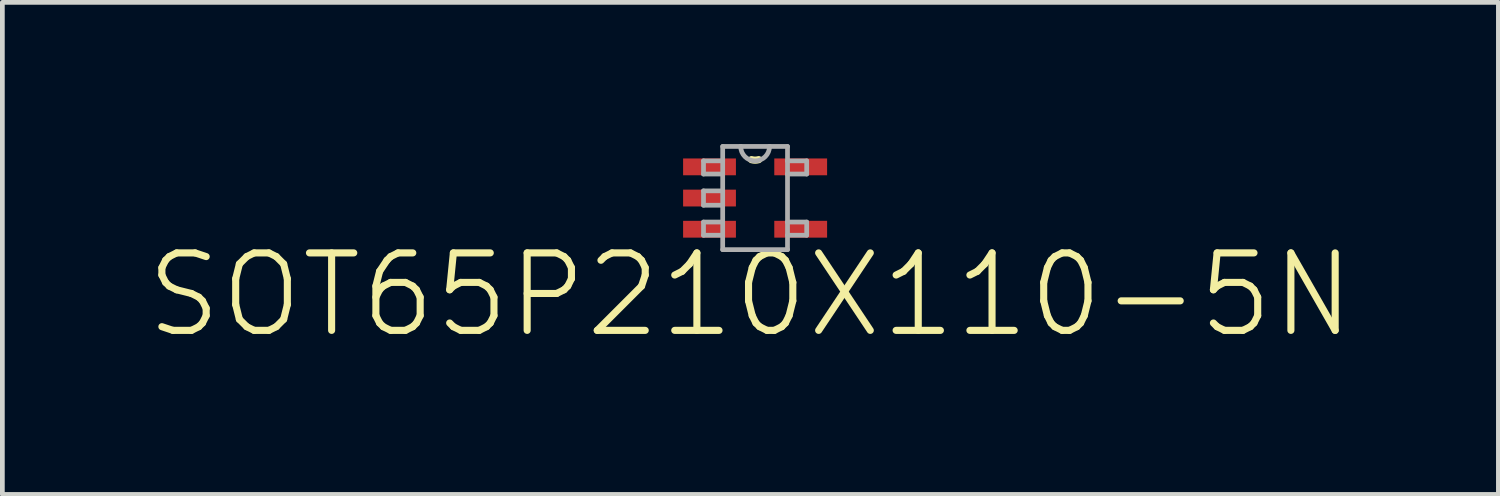
<source format=kicad_pcb>
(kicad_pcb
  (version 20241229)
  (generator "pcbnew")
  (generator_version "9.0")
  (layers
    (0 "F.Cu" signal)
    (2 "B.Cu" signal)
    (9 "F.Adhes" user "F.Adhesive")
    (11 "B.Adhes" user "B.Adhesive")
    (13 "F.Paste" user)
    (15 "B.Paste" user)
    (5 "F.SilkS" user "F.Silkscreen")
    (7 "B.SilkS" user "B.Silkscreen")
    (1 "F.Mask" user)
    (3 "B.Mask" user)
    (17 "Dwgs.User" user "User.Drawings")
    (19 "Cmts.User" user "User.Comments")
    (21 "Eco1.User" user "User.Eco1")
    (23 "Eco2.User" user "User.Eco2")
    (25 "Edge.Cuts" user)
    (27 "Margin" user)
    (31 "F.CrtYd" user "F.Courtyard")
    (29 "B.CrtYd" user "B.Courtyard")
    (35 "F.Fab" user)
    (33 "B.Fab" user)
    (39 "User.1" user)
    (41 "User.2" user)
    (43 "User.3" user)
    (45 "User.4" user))
  (footprint "SOT65P210X110-5N"
    (layer "F.Cu")
    (at 12.933 1.142)
    (property "Reference" "SOT65P210X110-5N" (at -0.1 2.05 0) (layer "F.SilkS") (effects (font (size 1.64 1.64) (thickness 0.15))))
    (attr smd)
    (fp_arc (start 0.0762 -0.8128) (mid 0 -0.801752) (end -0.0762 -0.8128) (stroke (width 0.1524) (type solid)) (layer "F.SilkS"))
    (fp_line (start -1.092 -0.787) (end -1.092 -0.508) (stroke (width 0.1) (type solid)) (layer "F.Fab"))
    (fp_line (start -1.092 -0.508) (end -0.686 -0.508) (stroke (width 0.1) (type solid)) (layer "F.Fab"))
    (fp_line (start -1.092 -0.152) (end -1.092 0.152) (stroke (width 0.1) (type solid)) (layer "F.Fab"))
    (fp_line (start -1.092 0.152) (end -0.686 0.152) (stroke (width 0.1) (type solid)) (layer "F.Fab"))
    (fp_line (start -1.092 0.508) (end -1.092 0.787) (stroke (width 0.1) (type solid)) (layer "F.Fab"))
    (fp_line (start -1.092 0.787) (end -0.686 0.787) (stroke (width 0.1) (type solid)) (layer "F.Fab"))
    (fp_line (start -0.686 -1.092) (end -0.686 -0.787) (stroke (width 0.1) (type solid)) (layer "F.Fab"))
    (fp_line (start -0.686 -0.787) (end -1.092 -0.787) (stroke (width 0.1) (type solid)) (layer "F.Fab"))
    (fp_line (start -0.686 -0.787) (end -0.686 -0.508) (stroke (width 0.1) (type solid)) (layer "F.Fab"))
    (fp_line (start -0.686 -0.508) (end -0.686 -0.152) (stroke (width 0.1) (type solid)) (layer "F.Fab"))
    (fp_line (start -0.686 -0.152) (end -1.092 -0.152) (stroke (width 0.1) (type solid)) (layer "F.Fab"))
    (fp_line (start -0.686 -0.152) (end -0.686 0.152) (stroke (width 0.1) (type solid)) (layer "F.Fab"))
    (fp_line (start -0.686 0.152) (end -0.686 0.508) (stroke (width 0.1) (type solid)) (layer "F.Fab"))
    (fp_line (start -0.686 0.508) (end -1.092 0.508) (stroke (width 0.1) (type solid)) (layer "F.Fab"))
    (fp_line (start -0.686 0.508) (end -0.686 0.787) (stroke (width 0.1) (type solid)) (layer "F.Fab"))
    (fp_line (start -0.686 0.787) (end -0.686 1.092) (stroke (width 0.1) (type solid)) (layer "F.Fab"))
    (fp_line (start -0.686 1.092) (end 0.686 1.092) (stroke (width 0.1) (type solid)) (layer "F.Fab"))
    (fp_line (start -0.305 -1.092) (end -0.686 -1.092) (stroke (width 0.1) (type solid)) (layer "F.Fab"))
    (fp_line (start 0.305 -1.092) (end -0.305 -1.092) (stroke (width 0.1) (type solid)) (layer "F.Fab"))
    (fp_line (start 0.686 -1.092) (end 0.305 -1.092) (stroke (width 0.1) (type solid)) (layer "F.Fab"))
    (fp_line (start 0.686 -0.787) (end 0.686 -1.092) (stroke (width 0.1) (type solid)) (layer "F.Fab"))
    (fp_line (start 0.686 -0.508) (end 0.686 -0.787) (stroke (width 0.1) (type solid)) (layer "F.Fab"))
    (fp_line (start 0.686 -0.508) (end 1.092 -0.508) (stroke (width 0.1) (type solid)) (layer "F.Fab"))
    (fp_line (start 0.686 0.508) (end 0.686 -0.508) (stroke (width 0.1) (type solid)) (layer "F.Fab"))
    (fp_line (start 0.686 0.787) (end 0.686 0.508) (stroke (width 0.1) (type solid)) (layer "F.Fab"))
    (fp_line (start 0.686 0.787) (end 1.092 0.787) (stroke (width 0.1) (type solid)) (layer "F.Fab"))
    (fp_line (start 0.686 1.092) (end 0.686 0.787) (stroke (width 0.1) (type solid)) (layer "F.Fab"))
    (fp_line (start 1.092 -0.787) (end 0.686 -0.787) (stroke (width 0.1) (type solid)) (layer "F.Fab"))
    (fp_line (start 1.092 -0.508) (end 1.092 -0.787) (stroke (width 0.1) (type solid)) (layer "F.Fab"))
    (fp_line (start 1.092 0.508) (end 0.686 0.508) (stroke (width 0.1) (type solid)) (layer "F.Fab"))
    (fp_line (start 1.092 0.787) (end 1.092 0.508) (stroke (width 0.1) (type solid)) (layer "F.Fab"))
    (fp_arc (start 0.3048 -1.0922) (mid 0 -0.7874) (end -0.3048 -1.0922) (stroke (width 0.1) (type solid)) (layer "F.Fab"))
    (pad "1" smd rect (at -0.965 -0.66) (size 1.118 0.356) (layers "F.Cu" "F.Mask" "F.Paste"))
    (pad "2" smd rect (at -0.965 0) (size 1.118 0.356) (layers "F.Cu" "F.Mask" "F.Paste"))
    (pad "3" smd rect (at -0.965 0.66) (size 1.118 0.356) (layers "F.Cu" "F.Mask" "F.Paste"))
    (pad "4" smd rect (at 0.965 0.66) (size 1.118 0.356) (layers "F.Cu" "F.Mask" "F.Paste"))
    (pad "5" smd rect (at 0.965 -0.66) (size 1.118 0.356) (layers "F.Cu" "F.Mask" "F.Paste")))
  (gr_rect
    (start -3 -3)
    (end 28.666 7.415)
    (stroke (width 0.1) (type default))
    (fill no)
    (layer "Edge.Cuts")))
</source>
